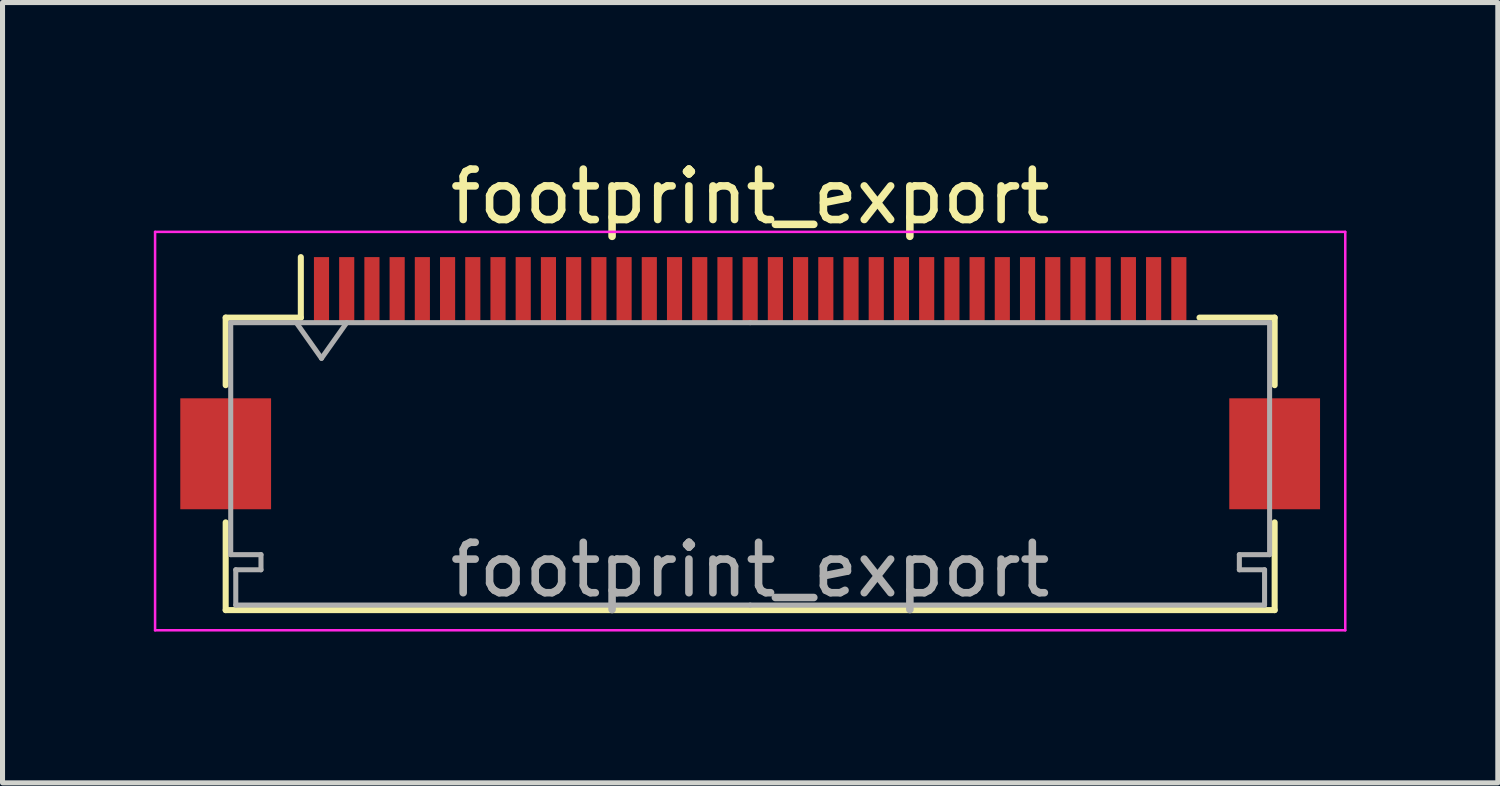
<source format=kicad_pcb>
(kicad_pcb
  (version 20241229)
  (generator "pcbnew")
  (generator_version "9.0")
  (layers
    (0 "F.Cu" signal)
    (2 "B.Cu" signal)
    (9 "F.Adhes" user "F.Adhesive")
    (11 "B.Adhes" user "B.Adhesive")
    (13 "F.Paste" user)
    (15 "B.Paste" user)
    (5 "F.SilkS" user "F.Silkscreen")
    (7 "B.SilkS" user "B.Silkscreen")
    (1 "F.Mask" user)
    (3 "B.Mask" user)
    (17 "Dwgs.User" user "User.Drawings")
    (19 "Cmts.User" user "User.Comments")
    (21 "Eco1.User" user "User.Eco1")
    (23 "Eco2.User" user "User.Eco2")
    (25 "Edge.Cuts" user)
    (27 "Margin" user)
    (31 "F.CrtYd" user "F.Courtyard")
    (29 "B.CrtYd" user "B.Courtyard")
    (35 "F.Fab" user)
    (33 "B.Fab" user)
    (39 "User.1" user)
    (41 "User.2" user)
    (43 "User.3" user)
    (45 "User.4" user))
  (footprint "footprint_export"
    (layer "F.Cu")
    (at 11.825 4.548)
    (property "Reference" "footprint_export" (at 0 -3.7 0) (layer "F.SilkS") (effects (font (size 1 1) (thickness 0.15))))
    (attr smd)
    (fp_line (start -10.4 -1.3) (end -10.4 0.04) (stroke (width 0.12) (type solid)) (layer "F.SilkS"))
    (fp_line (start -10.4 2.76) (end -10.4 4.5) (stroke (width 0.12) (type solid)) (layer "F.SilkS"))
    (fp_line (start -10.4 4.5) (end 10.4 4.5) (stroke (width 0.12) (type solid)) (layer "F.SilkS"))
    (fp_line (start -8.91 -1.3) (end -10.4 -1.3) (stroke (width 0.12) (type solid)) (layer "F.SilkS"))
    (fp_line (start -8.91 -1.3) (end -8.91 -2.5) (stroke (width 0.12) (type solid)) (layer "F.SilkS"))
    (fp_line (start 8.91 -1.3) (end 10.4 -1.3) (stroke (width 0.12) (type solid)) (layer "F.SilkS"))
    (fp_line (start 10.4 -1.3) (end 10.4 0.04) (stroke (width 0.12) (type solid)) (layer "F.SilkS"))
    (fp_line (start 10.4 4.5) (end 10.4 2.76) (stroke (width 0.12) (type solid)) (layer "F.SilkS"))
    (fp_line (start -11.8 -3) (end -11.8 4.9) (stroke (width 0.05) (type solid)) (layer "F.CrtYd"))
    (fp_line (start -11.8 4.9) (end 11.8 4.9) (stroke (width 0.05) (type solid)) (layer "F.CrtYd"))
    (fp_line (start 11.8 -3) (end -11.8 -3) (stroke (width 0.05) (type solid)) (layer "F.CrtYd"))
    (fp_line (start 11.8 4.9) (end 11.8 -3) (stroke (width 0.05) (type solid)) (layer "F.CrtYd"))
    (fp_line (start -10.3 -1.2) (end -10.3 3.4) (stroke (width 0.1) (type solid)) (layer "F.Fab"))
    (fp_line (start -10.3 3.4) (end -9.7 3.4) (stroke (width 0.1) (type solid)) (layer "F.Fab"))
    (fp_line (start -10.2 3.7) (end -10.2 4.4) (stroke (width 0.1) (type solid)) (layer "F.Fab"))
    (fp_line (start -10.2 4.4) (end 0 4.4) (stroke (width 0.1) (type solid)) (layer "F.Fab"))
    (fp_line (start -9.7 3.4) (end -9.7 3.7) (stroke (width 0.1) (type solid)) (layer "F.Fab"))
    (fp_line (start -9.7 3.7) (end -10.2 3.7) (stroke (width 0.1) (type solid)) (layer "F.Fab"))
    (fp_line (start -9 -1.2) (end -8.5 -0.493) (stroke (width 0.1) (type solid)) (layer "F.Fab"))
    (fp_line (start -8.5 -0.493) (end -8 -1.2) (stroke (width 0.1) (type solid)) (layer "F.Fab"))
    (fp_line (start 0 -1.2) (end -10.3 -1.2) (stroke (width 0.1) (type solid)) (layer "F.Fab"))
    (fp_line (start 0 -1.2) (end 10.3 -1.2) (stroke (width 0.1) (type solid)) (layer "F.Fab"))
    (fp_line (start 9.7 3.4) (end 9.7 3.7) (stroke (width 0.1) (type solid)) (layer "F.Fab"))
    (fp_line (start 9.7 3.7) (end 10.2 3.7) (stroke (width 0.1) (type solid)) (layer "F.Fab"))
    (fp_line (start 10.2 3.7) (end 10.2 4.4) (stroke (width 0.1) (type solid)) (layer "F.Fab"))
    (fp_line (start 10.2 4.4) (end 0 4.4) (stroke (width 0.1) (type solid)) (layer "F.Fab"))
    (fp_line (start 10.3 -1.2) (end 10.3 3.4) (stroke (width 0.1) (type solid)) (layer "F.Fab"))
    (fp_line (start 10.3 3.4) (end 9.7 3.4) (stroke (width 0.1) (type solid)) (layer "F.Fab"))
    (fp_text user "${REFERENCE}" (at 0 3.7 0) (layer "F.Fab") (effects (font (size 1 1) (thickness 0.15))))
    (pad "1" smd rect (at -8.5 -1.85) (size 0.3 1.3) (layers "F.Cu" "F.Mask" "F.Paste"))
    (pad "2" smd rect (at -8 -1.85) (size 0.3 1.3) (layers "F.Cu" "F.Mask" "F.Paste"))
    (pad "3" smd rect (at -7.5 -1.85) (size 0.3 1.3) (layers "F.Cu" "F.Mask" "F.Paste"))
    (pad "4" smd rect (at -7 -1.85) (size 0.3 1.3) (layers "F.Cu" "F.Mask" "F.Paste"))
    (pad "5" smd rect (at -6.5 -1.85) (size 0.3 1.3) (layers "F.Cu" "F.Mask" "F.Paste"))
    (pad "6" smd rect (at -6 -1.85) (size 0.3 1.3) (layers "F.Cu" "F.Mask" "F.Paste"))
    (pad "7" smd rect (at -5.5 -1.85) (size 0.3 1.3) (layers "F.Cu" "F.Mask" "F.Paste"))
    (pad "8" smd rect (at -5 -1.85) (size 0.3 1.3) (layers "F.Cu" "F.Mask" "F.Paste"))
    (pad "9" smd rect (at -4.5 -1.85) (size 0.3 1.3) (layers "F.Cu" "F.Mask" "F.Paste"))
    (pad "10" smd rect (at -4 -1.85) (size 0.3 1.3) (layers "F.Cu" "F.Mask" "F.Paste"))
    (pad "11" smd rect (at -3.5 -1.85) (size 0.3 1.3) (layers "F.Cu" "F.Mask" "F.Paste"))
    (pad "12" smd rect (at -3 -1.85) (size 0.3 1.3) (layers "F.Cu" "F.Mask" "F.Paste"))
    (pad "13" smd rect (at -2.5 -1.85) (size 0.3 1.3) (layers "F.Cu" "F.Mask" "F.Paste"))
    (pad "14" smd rect (at -2 -1.85) (size 0.3 1.3) (layers "F.Cu" "F.Mask" "F.Paste"))
    (pad "15" smd rect (at -1.5 -1.85) (size 0.3 1.3) (layers "F.Cu" "F.Mask" "F.Paste"))
    (pad "16" smd rect (at -1 -1.85) (size 0.3 1.3) (layers "F.Cu" "F.Mask" "F.Paste"))
    (pad "17" smd rect (at -0.5 -1.85) (size 0.3 1.3) (layers "F.Cu" "F.Mask" "F.Paste"))
    (pad "18" smd rect (at 0 -1.85) (size 0.3 1.3) (layers "F.Cu" "F.Mask" "F.Paste"))
    (pad "19" smd rect (at 0.5 -1.85) (size 0.3 1.3) (layers "F.Cu" "F.Mask" "F.Paste"))
    (pad "20" smd rect (at 1 -1.85) (size 0.3 1.3) (layers "F.Cu" "F.Mask" "F.Paste"))
    (pad "21" smd rect (at 1.5 -1.85) (size 0.3 1.3) (layers "F.Cu" "F.Mask" "F.Paste"))
    (pad "22" smd rect (at 2 -1.85) (size 0.3 1.3) (layers "F.Cu" "F.Mask" "F.Paste"))
    (pad "23" smd rect (at 2.5 -1.85) (size 0.3 1.3) (layers "F.Cu" "F.Mask" "F.Paste"))
    (pad "24" smd rect (at 3 -1.85) (size 0.3 1.3) (layers "F.Cu" "F.Mask" "F.Paste"))
    (pad "25" smd rect (at 3.5 -1.85) (size 0.3 1.3) (layers "F.Cu" "F.Mask" "F.Paste"))
    (pad "26" smd rect (at 4 -1.85) (size 0.3 1.3) (layers "F.Cu" "F.Mask" "F.Paste"))
    (pad "27" smd rect (at 4.5 -1.85) (size 0.3 1.3) (layers "F.Cu" "F.Mask" "F.Paste"))
    (pad "28" smd rect (at 5 -1.85) (size 0.3 1.3) (layers "F.Cu" "F.Mask" "F.Paste"))
    (pad "29" smd rect (at 5.5 -1.85) (size 0.3 1.3) (layers "F.Cu" "F.Mask" "F.Paste"))
    (pad "30" smd rect (at 6 -1.85) (size 0.3 1.3) (layers "F.Cu" "F.Mask" "F.Paste"))
    (pad "31" smd rect (at 6.5 -1.85) (size 0.3 1.3) (layers "F.Cu" "F.Mask" "F.Paste"))
    (pad "32" smd rect (at 7 -1.85) (size 0.3 1.3) (layers "F.Cu" "F.Mask" "F.Paste"))
    (pad "33" smd rect (at 7.5 -1.85) (size 0.3 1.3) (layers "F.Cu" "F.Mask" "F.Paste"))
    (pad "34" smd rect (at 8 -1.85) (size 0.3 1.3) (layers "F.Cu" "F.Mask" "F.Paste"))
    (pad "35" smd rect (at 8.5 -1.85) (size 0.3 1.3) (layers "F.Cu" "F.Mask" "F.Paste"))
    (pad "MP" smd rect (at -10.4 1.4) (size 1.8 2.2) (layers "F.Cu" "F.Mask" "F.Paste"))
    (pad "MP" smd rect (at 10.4 1.4) (size 1.8 2.2) (layers "F.Cu" "F.Mask" "F.Paste")))
  (gr_rect
    (start -3 -3)
    (end 26.65 12.473)
    (stroke (width 0.1) (type default))
    (fill no)
    (layer "Edge.Cuts")))
</source>
